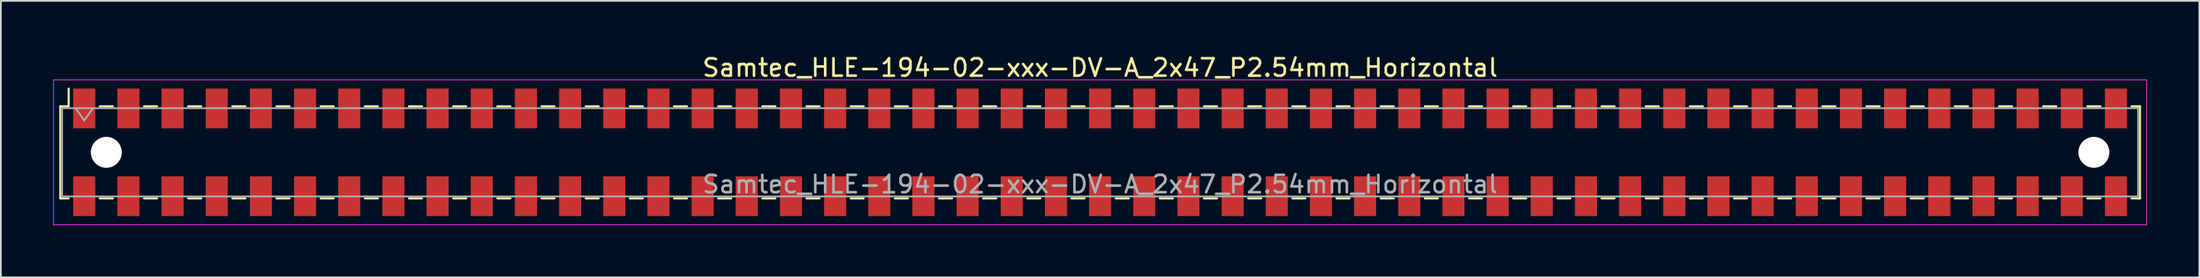
<source format=kicad_pcb>
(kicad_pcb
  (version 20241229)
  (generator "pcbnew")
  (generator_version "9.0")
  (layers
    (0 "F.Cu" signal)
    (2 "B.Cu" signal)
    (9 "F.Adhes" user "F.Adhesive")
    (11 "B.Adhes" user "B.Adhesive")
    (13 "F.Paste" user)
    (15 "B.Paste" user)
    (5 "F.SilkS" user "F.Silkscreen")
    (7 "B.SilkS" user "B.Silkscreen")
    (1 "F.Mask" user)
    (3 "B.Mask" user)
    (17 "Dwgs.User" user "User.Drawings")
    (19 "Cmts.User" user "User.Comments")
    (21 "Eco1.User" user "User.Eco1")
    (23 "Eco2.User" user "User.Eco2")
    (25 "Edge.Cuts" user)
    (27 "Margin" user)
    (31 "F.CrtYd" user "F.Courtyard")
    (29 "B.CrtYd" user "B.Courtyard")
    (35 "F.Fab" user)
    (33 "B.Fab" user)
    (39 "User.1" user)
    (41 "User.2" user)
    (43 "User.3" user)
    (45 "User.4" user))
  (footprint "Samtec_HLE-194-02-xxx-DV-A_2x47_P2.54mm_Horizontal"
    (layer "F.Cu")
    (at 60.215 5.718)
    (property "Reference" "Samtec_HLE-194-02-xxx-DV-A_2x47_P2.54mm_Horizontal" (at 0 -4.87 0) (layer "F.SilkS") (effects (font (size 1 1) (thickness 0.15))))
    (attr smd)
    (fp_line (start -59.8 -2.65) (end -59.8 2.65) (stroke (width 0.12) (type solid)) (layer "F.SilkS"))
    (fp_line (start -59.8 2.65) (end -59.315 2.65) (stroke (width 0.12) (type solid)) (layer "F.SilkS"))
    (fp_line (start -59.315 -3.67) (end -59.315 -2.65) (stroke (width 0.12) (type solid)) (layer "F.SilkS"))
    (fp_line (start -59.315 -2.65) (end -59.8 -2.65) (stroke (width 0.12) (type solid)) (layer "F.SilkS"))
    (fp_line (start -57.525 -2.65) (end -56.775 -2.65) (stroke (width 0.12) (type solid)) (layer "F.SilkS"))
    (fp_line (start -57.525 2.65) (end -56.775 2.65) (stroke (width 0.12) (type solid)) (layer "F.SilkS"))
    (fp_line (start -54.985 -2.65) (end -54.235 -2.65) (stroke (width 0.12) (type solid)) (layer "F.SilkS"))
    (fp_line (start -54.985 2.65) (end -54.235 2.65) (stroke (width 0.12) (type solid)) (layer "F.SilkS"))
    (fp_line (start -52.445 -2.65) (end -51.695 -2.65) (stroke (width 0.12) (type solid)) (layer "F.SilkS"))
    (fp_line (start -52.445 2.65) (end -51.695 2.65) (stroke (width 0.12) (type solid)) (layer "F.SilkS"))
    (fp_line (start -49.905 -2.65) (end -49.155 -2.65) (stroke (width 0.12) (type solid)) (layer "F.SilkS"))
    (fp_line (start -49.905 2.65) (end -49.155 2.65) (stroke (width 0.12) (type solid)) (layer "F.SilkS"))
    (fp_line (start -47.365 -2.65) (end -46.615 -2.65) (stroke (width 0.12) (type solid)) (layer "F.SilkS"))
    (fp_line (start -47.365 2.65) (end -46.615 2.65) (stroke (width 0.12) (type solid)) (layer "F.SilkS"))
    (fp_line (start -44.825 -2.65) (end -44.075 -2.65) (stroke (width 0.12) (type solid)) (layer "F.SilkS"))
    (fp_line (start -44.825 2.65) (end -44.075 2.65) (stroke (width 0.12) (type solid)) (layer "F.SilkS"))
    (fp_line (start -42.285 -2.65) (end -41.535 -2.65) (stroke (width 0.12) (type solid)) (layer "F.SilkS"))
    (fp_line (start -42.285 2.65) (end -41.535 2.65) (stroke (width 0.12) (type solid)) (layer "F.SilkS"))
    (fp_line (start -39.745 -2.65) (end -38.995 -2.65) (stroke (width 0.12) (type solid)) (layer "F.SilkS"))
    (fp_line (start -39.745 2.65) (end -38.995 2.65) (stroke (width 0.12) (type solid)) (layer "F.SilkS"))
    (fp_line (start -37.205 -2.65) (end -36.455 -2.65) (stroke (width 0.12) (type solid)) (layer "F.SilkS"))
    (fp_line (start -37.205 2.65) (end -36.455 2.65) (stroke (width 0.12) (type solid)) (layer "F.SilkS"))
    (fp_line (start -34.665 -2.65) (end -33.915 -2.65) (stroke (width 0.12) (type solid)) (layer "F.SilkS"))
    (fp_line (start -34.665 2.65) (end -33.915 2.65) (stroke (width 0.12) (type solid)) (layer "F.SilkS"))
    (fp_line (start -32.125 -2.65) (end -31.375 -2.65) (stroke (width 0.12) (type solid)) (layer "F.SilkS"))
    (fp_line (start -32.125 2.65) (end -31.375 2.65) (stroke (width 0.12) (type solid)) (layer "F.SilkS"))
    (fp_line (start -29.585 -2.65) (end -28.835 -2.65) (stroke (width 0.12) (type solid)) (layer "F.SilkS"))
    (fp_line (start -29.585 2.65) (end -28.835 2.65) (stroke (width 0.12) (type solid)) (layer "F.SilkS"))
    (fp_line (start -27.045 -2.65) (end -26.295 -2.65) (stroke (width 0.12) (type solid)) (layer "F.SilkS"))
    (fp_line (start -27.045 2.65) (end -26.295 2.65) (stroke (width 0.12) (type solid)) (layer "F.SilkS"))
    (fp_line (start -24.505 -2.65) (end -23.755 -2.65) (stroke (width 0.12) (type solid)) (layer "F.SilkS"))
    (fp_line (start -24.505 2.65) (end -23.755 2.65) (stroke (width 0.12) (type solid)) (layer "F.SilkS"))
    (fp_line (start -21.965 -2.65) (end -21.215 -2.65) (stroke (width 0.12) (type solid)) (layer "F.SilkS"))
    (fp_line (start -21.965 2.65) (end -21.215 2.65) (stroke (width 0.12) (type solid)) (layer "F.SilkS"))
    (fp_line (start -19.425 -2.65) (end -18.675 -2.65) (stroke (width 0.12) (type solid)) (layer "F.SilkS"))
    (fp_line (start -19.425 2.65) (end -18.675 2.65) (stroke (width 0.12) (type solid)) (layer "F.SilkS"))
    (fp_line (start -16.885 -2.65) (end -16.135 -2.65) (stroke (width 0.12) (type solid)) (layer "F.SilkS"))
    (fp_line (start -16.885 2.65) (end -16.135 2.65) (stroke (width 0.12) (type solid)) (layer "F.SilkS"))
    (fp_line (start -14.345 -2.65) (end -13.595 -2.65) (stroke (width 0.12) (type solid)) (layer "F.SilkS"))
    (fp_line (start -14.345 2.65) (end -13.595 2.65) (stroke (width 0.12) (type solid)) (layer "F.SilkS"))
    (fp_line (start -11.805 -2.65) (end -11.055 -2.65) (stroke (width 0.12) (type solid)) (layer "F.SilkS"))
    (fp_line (start -11.805 2.65) (end -11.055 2.65) (stroke (width 0.12) (type solid)) (layer "F.SilkS"))
    (fp_line (start -9.265 -2.65) (end -8.515 -2.65) (stroke (width 0.12) (type solid)) (layer "F.SilkS"))
    (fp_line (start -9.265 2.65) (end -8.515 2.65) (stroke (width 0.12) (type solid)) (layer "F.SilkS"))
    (fp_line (start -6.725 -2.65) (end -5.975 -2.65) (stroke (width 0.12) (type solid)) (layer "F.SilkS"))
    (fp_line (start -6.725 2.65) (end -5.975 2.65) (stroke (width 0.12) (type solid)) (layer "F.SilkS"))
    (fp_line (start -4.185 -2.65) (end -3.435 -2.65) (stroke (width 0.12) (type solid)) (layer "F.SilkS"))
    (fp_line (start -4.185 2.65) (end -3.435 2.65) (stroke (width 0.12) (type solid)) (layer "F.SilkS"))
    (fp_line (start -1.645 -2.65) (end -0.895 -2.65) (stroke (width 0.12) (type solid)) (layer "F.SilkS"))
    (fp_line (start -1.645 2.65) (end -0.895 2.65) (stroke (width 0.12) (type solid)) (layer "F.SilkS"))
    (fp_line (start 0.895 -2.65) (end 1.645 -2.65) (stroke (width 0.12) (type solid)) (layer "F.SilkS"))
    (fp_line (start 0.895 2.65) (end 1.645 2.65) (stroke (width 0.12) (type solid)) (layer "F.SilkS"))
    (fp_line (start 3.435 -2.65) (end 4.185 -2.65) (stroke (width 0.12) (type solid)) (layer "F.SilkS"))
    (fp_line (start 3.435 2.65) (end 4.185 2.65) (stroke (width 0.12) (type solid)) (layer "F.SilkS"))
    (fp_line (start 5.975 -2.65) (end 6.725 -2.65) (stroke (width 0.12) (type solid)) (layer "F.SilkS"))
    (fp_line (start 5.975 2.65) (end 6.725 2.65) (stroke (width 0.12) (type solid)) (layer "F.SilkS"))
    (fp_line (start 8.515 -2.65) (end 9.265 -2.65) (stroke (width 0.12) (type solid)) (layer "F.SilkS"))
    (fp_line (start 8.515 2.65) (end 9.265 2.65) (stroke (width 0.12) (type solid)) (layer "F.SilkS"))
    (fp_line (start 11.055 -2.65) (end 11.805 -2.65) (stroke (width 0.12) (type solid)) (layer "F.SilkS"))
    (fp_line (start 11.055 2.65) (end 11.805 2.65) (stroke (width 0.12) (type solid)) (layer "F.SilkS"))
    (fp_line (start 13.595 -2.65) (end 14.345 -2.65) (stroke (width 0.12) (type solid)) (layer "F.SilkS"))
    (fp_line (start 13.595 2.65) (end 14.345 2.65) (stroke (width 0.12) (type solid)) (layer "F.SilkS"))
    (fp_line (start 16.135 -2.65) (end 16.885 -2.65) (stroke (width 0.12) (type solid)) (layer "F.SilkS"))
    (fp_line (start 16.135 2.65) (end 16.885 2.65) (stroke (width 0.12) (type solid)) (layer "F.SilkS"))
    (fp_line (start 18.675 -2.65) (end 19.425 -2.65) (stroke (width 0.12) (type solid)) (layer "F.SilkS"))
    (fp_line (start 18.675 2.65) (end 19.425 2.65) (stroke (width 0.12) (type solid)) (layer "F.SilkS"))
    (fp_line (start 21.215 -2.65) (end 21.965 -2.65) (stroke (width 0.12) (type solid)) (layer "F.SilkS"))
    (fp_line (start 21.215 2.65) (end 21.965 2.65) (stroke (width 0.12) (type solid)) (layer "F.SilkS"))
    (fp_line (start 23.755 -2.65) (end 24.505 -2.65) (stroke (width 0.12) (type solid)) (layer "F.SilkS"))
    (fp_line (start 23.755 2.65) (end 24.505 2.65) (stroke (width 0.12) (type solid)) (layer "F.SilkS"))
    (fp_line (start 26.295 -2.65) (end 27.045 -2.65) (stroke (width 0.12) (type solid)) (layer "F.SilkS"))
    (fp_line (start 26.295 2.65) (end 27.045 2.65) (stroke (width 0.12) (type solid)) (layer "F.SilkS"))
    (fp_line (start 28.835 -2.65) (end 29.585 -2.65) (stroke (width 0.12) (type solid)) (layer "F.SilkS"))
    (fp_line (start 28.835 2.65) (end 29.585 2.65) (stroke (width 0.12) (type solid)) (layer "F.SilkS"))
    (fp_line (start 31.375 -2.65) (end 32.125 -2.65) (stroke (width 0.12) (type solid)) (layer "F.SilkS"))
    (fp_line (start 31.375 2.65) (end 32.125 2.65) (stroke (width 0.12) (type solid)) (layer "F.SilkS"))
    (fp_line (start 33.915 -2.65) (end 34.665 -2.65) (stroke (width 0.12) (type solid)) (layer "F.SilkS"))
    (fp_line (start 33.915 2.65) (end 34.665 2.65) (stroke (width 0.12) (type solid)) (layer "F.SilkS"))
    (fp_line (start 36.455 -2.65) (end 37.205 -2.65) (stroke (width 0.12) (type solid)) (layer "F.SilkS"))
    (fp_line (start 36.455 2.65) (end 37.205 2.65) (stroke (width 0.12) (type solid)) (layer "F.SilkS"))
    (fp_line (start 38.995 -2.65) (end 39.745 -2.65) (stroke (width 0.12) (type solid)) (layer "F.SilkS"))
    (fp_line (start 38.995 2.65) (end 39.745 2.65) (stroke (width 0.12) (type solid)) (layer "F.SilkS"))
    (fp_line (start 41.535 -2.65) (end 42.285 -2.65) (stroke (width 0.12) (type solid)) (layer "F.SilkS"))
    (fp_line (start 41.535 2.65) (end 42.285 2.65) (stroke (width 0.12) (type solid)) (layer "F.SilkS"))
    (fp_line (start 44.075 -2.65) (end 44.825 -2.65) (stroke (width 0.12) (type solid)) (layer "F.SilkS"))
    (fp_line (start 44.075 2.65) (end 44.825 2.65) (stroke (width 0.12) (type solid)) (layer "F.SilkS"))
    (fp_line (start 46.615 -2.65) (end 47.365 -2.65) (stroke (width 0.12) (type solid)) (layer "F.SilkS"))
    (fp_line (start 46.615 2.65) (end 47.365 2.65) (stroke (width 0.12) (type solid)) (layer "F.SilkS"))
    (fp_line (start 49.155 -2.65) (end 49.905 -2.65) (stroke (width 0.12) (type solid)) (layer "F.SilkS"))
    (fp_line (start 49.155 2.65) (end 49.905 2.65) (stroke (width 0.12) (type solid)) (layer "F.SilkS"))
    (fp_line (start 51.695 -2.65) (end 52.445 -2.65) (stroke (width 0.12) (type solid)) (layer "F.SilkS"))
    (fp_line (start 51.695 2.65) (end 52.445 2.65) (stroke (width 0.12) (type solid)) (layer "F.SilkS"))
    (fp_line (start 54.235 -2.65) (end 54.985 -2.65) (stroke (width 0.12) (type solid)) (layer "F.SilkS"))
    (fp_line (start 54.235 2.65) (end 54.985 2.65) (stroke (width 0.12) (type solid)) (layer "F.SilkS"))
    (fp_line (start 56.775 -2.65) (end 57.525 -2.65) (stroke (width 0.12) (type solid)) (layer "F.SilkS"))
    (fp_line (start 56.775 2.65) (end 57.525 2.65) (stroke (width 0.12) (type solid)) (layer "F.SilkS"))
    (fp_line (start 59.315 -2.65) (end 59.8 -2.65) (stroke (width 0.12) (type solid)) (layer "F.SilkS"))
    (fp_line (start 59.8 -2.65) (end 59.8 2.65) (stroke (width 0.12) (type solid)) (layer "F.SilkS"))
    (fp_line (start 59.8 2.65) (end 59.315 2.65) (stroke (width 0.12) (type solid)) (layer "F.SilkS"))
    (fp_line (start -60.19 -4.17) (end 60.19 -4.17) (stroke (width 0.05) (type solid)) (layer "F.CrtYd"))
    (fp_line (start -60.19 4.17) (end -60.19 -4.17) (stroke (width 0.05) (type solid)) (layer "F.CrtYd"))
    (fp_line (start 60.19 -4.17) (end 60.19 4.17) (stroke (width 0.05) (type solid)) (layer "F.CrtYd"))
    (fp_line (start 60.19 4.17) (end -60.19 4.17) (stroke (width 0.05) (type solid)) (layer "F.CrtYd"))
    (fp_line (start -59.69 -2.54) (end 59.69 -2.54) (stroke (width 0.1) (type solid)) (layer "F.Fab"))
    (fp_line (start -59.69 2.54) (end -59.69 -2.54) (stroke (width 0.1) (type solid)) (layer "F.Fab"))
    (fp_line (start -58.92 -2.54) (end -58.42 -1.833) (stroke (width 0.1) (type solid)) (layer "F.Fab"))
    (fp_line (start -58.42 -1.833) (end -57.92 -2.54) (stroke (width 0.1) (type solid)) (layer "F.Fab"))
    (fp_line (start 59.69 -2.54) (end 59.69 2.54) (stroke (width 0.1) (type solid)) (layer "F.Fab"))
    (fp_line (start 59.69 2.54) (end -59.69 2.54) (stroke (width 0.1) (type solid)) (layer "F.Fab"))
    (fp_text user "${REFERENCE}" (at 0 1.84 0) (layer "F.Fab") (effects (font (size 1 1) (thickness 0.15))))
    (pad "" np_thru_hole circle (at -57.15 0) (size 1.78 1.78) (drill 1.78) (layers "*.Cu" "*.Mask"))
    (pad "" np_thru_hole circle (at 57.15 0) (size 1.78 1.78) (drill 1.78) (layers "*.Cu" "*.Mask"))
    (pad "1" smd rect (at -58.42 -2.525) (size 1.27 2.29) (layers "F.Cu" "F.Mask" "F.Paste"))
    (pad "2" smd rect (at -58.42 2.525) (size 1.27 2.29) (layers "F.Cu" "F.Mask" "F.Paste"))
    (pad "3" smd rect (at -55.88 -2.525) (size 1.27 2.29) (layers "F.Cu" "F.Mask" "F.Paste"))
    (pad "4" smd rect (at -55.88 2.525) (size 1.27 2.29) (layers "F.Cu" "F.Mask" "F.Paste"))
    (pad "5" smd rect (at -53.34 -2.525) (size 1.27 2.29) (layers "F.Cu" "F.Mask" "F.Paste"))
    (pad "6" smd rect (at -53.34 2.525) (size 1.27 2.29) (layers "F.Cu" "F.Mask" "F.Paste"))
    (pad "7" smd rect (at -50.8 -2.525) (size 1.27 2.29) (layers "F.Cu" "F.Mask" "F.Paste"))
    (pad "8" smd rect (at -50.8 2.525) (size 1.27 2.29) (layers "F.Cu" "F.Mask" "F.Paste"))
    (pad "9" smd rect (at -48.26 -2.525) (size 1.27 2.29) (layers "F.Cu" "F.Mask" "F.Paste"))
    (pad "10" smd rect (at -48.26 2.525) (size 1.27 2.29) (layers "F.Cu" "F.Mask" "F.Paste"))
    (pad "11" smd rect (at -45.72 -2.525) (size 1.27 2.29) (layers "F.Cu" "F.Mask" "F.Paste"))
    (pad "12" smd rect (at -45.72 2.525) (size 1.27 2.29) (layers "F.Cu" "F.Mask" "F.Paste"))
    (pad "13" smd rect (at -43.18 -2.525) (size 1.27 2.29) (layers "F.Cu" "F.Mask" "F.Paste"))
    (pad "14" smd rect (at -43.18 2.525) (size 1.27 2.29) (layers "F.Cu" "F.Mask" "F.Paste"))
    (pad "15" smd rect (at -40.64 -2.525) (size 1.27 2.29) (layers "F.Cu" "F.Mask" "F.Paste"))
    (pad "16" smd rect (at -40.64 2.525) (size 1.27 2.29) (layers "F.Cu" "F.Mask" "F.Paste"))
    (pad "17" smd rect (at -38.1 -2.525) (size 1.27 2.29) (layers "F.Cu" "F.Mask" "F.Paste"))
    (pad "18" smd rect (at -38.1 2.525) (size 1.27 2.29) (layers "F.Cu" "F.Mask" "F.Paste"))
    (pad "19" smd rect (at -35.56 -2.525) (size 1.27 2.29) (layers "F.Cu" "F.Mask" "F.Paste"))
    (pad "20" smd rect (at -35.56 2.525) (size 1.27 2.29) (layers "F.Cu" "F.Mask" "F.Paste"))
    (pad "21" smd rect (at -33.02 -2.525) (size 1.27 2.29) (layers "F.Cu" "F.Mask" "F.Paste"))
    (pad "22" smd rect (at -33.02 2.525) (size 1.27 2.29) (layers "F.Cu" "F.Mask" "F.Paste"))
    (pad "23" smd rect (at -30.48 -2.525) (size 1.27 2.29) (layers "F.Cu" "F.Mask" "F.Paste"))
    (pad "24" smd rect (at -30.48 2.525) (size 1.27 2.29) (layers "F.Cu" "F.Mask" "F.Paste"))
    (pad "25" smd rect (at -27.94 -2.525) (size 1.27 2.29) (layers "F.Cu" "F.Mask" "F.Paste"))
    (pad "26" smd rect (at -27.94 2.525) (size 1.27 2.29) (layers "F.Cu" "F.Mask" "F.Paste"))
    (pad "27" smd rect (at -25.4 -2.525) (size 1.27 2.29) (layers "F.Cu" "F.Mask" "F.Paste"))
    (pad "28" smd rect (at -25.4 2.525) (size 1.27 2.29) (layers "F.Cu" "F.Mask" "F.Paste"))
    (pad "29" smd rect (at -22.86 -2.525) (size 1.27 2.29) (layers "F.Cu" "F.Mask" "F.Paste"))
    (pad "30" smd rect (at -22.86 2.525) (size 1.27 2.29) (layers "F.Cu" "F.Mask" "F.Paste"))
    (pad "31" smd rect (at -20.32 -2.525) (size 1.27 2.29) (layers "F.Cu" "F.Mask" "F.Paste"))
    (pad "32" smd rect (at -20.32 2.525) (size 1.27 2.29) (layers "F.Cu" "F.Mask" "F.Paste"))
    (pad "33" smd rect (at -17.78 -2.525) (size 1.27 2.29) (layers "F.Cu" "F.Mask" "F.Paste"))
    (pad "34" smd rect (at -17.78 2.525) (size 1.27 2.29) (layers "F.Cu" "F.Mask" "F.Paste"))
    (pad "35" smd rect (at -15.24 -2.525) (size 1.27 2.29) (layers "F.Cu" "F.Mask" "F.Paste"))
    (pad "36" smd rect (at -15.24 2.525) (size 1.27 2.29) (layers "F.Cu" "F.Mask" "F.Paste"))
    (pad "37" smd rect (at -12.7 -2.525) (size 1.27 2.29) (layers "F.Cu" "F.Mask" "F.Paste"))
    (pad "38" smd rect (at -12.7 2.525) (size 1.27 2.29) (layers "F.Cu" "F.Mask" "F.Paste"))
    (pad "39" smd rect (at -10.16 -2.525) (size 1.27 2.29) (layers "F.Cu" "F.Mask" "F.Paste"))
    (pad "40" smd rect (at -10.16 2.525) (size 1.27 2.29) (layers "F.Cu" "F.Mask" "F.Paste"))
    (pad "41" smd rect (at -7.62 -2.525) (size 1.27 2.29) (layers "F.Cu" "F.Mask" "F.Paste"))
    (pad "42" smd rect (at -7.62 2.525) (size 1.27 2.29) (layers "F.Cu" "F.Mask" "F.Paste"))
    (pad "43" smd rect (at -5.08 -2.525) (size 1.27 2.29) (layers "F.Cu" "F.Mask" "F.Paste"))
    (pad "44" smd rect (at -5.08 2.525) (size 1.27 2.29) (layers "F.Cu" "F.Mask" "F.Paste"))
    (pad "45" smd rect (at -2.54 -2.525) (size 1.27 2.29) (layers "F.Cu" "F.Mask" "F.Paste"))
    (pad "46" smd rect (at -2.54 2.525) (size 1.27 2.29) (layers "F.Cu" "F.Mask" "F.Paste"))
    (pad "47" smd rect (at 0 -2.525) (size 1.27 2.29) (layers "F.Cu" "F.Mask" "F.Paste"))
    (pad "48" smd rect (at 0 2.525) (size 1.27 2.29) (layers "F.Cu" "F.Mask" "F.Paste"))
    (pad "49" smd rect (at 2.54 -2.525) (size 1.27 2.29) (layers "F.Cu" "F.Mask" "F.Paste"))
    (pad "50" smd rect (at 2.54 2.525) (size 1.27 2.29) (layers "F.Cu" "F.Mask" "F.Paste"))
    (pad "51" smd rect (at 5.08 -2.525) (size 1.27 2.29) (layers "F.Cu" "F.Mask" "F.Paste"))
    (pad "52" smd rect (at 5.08 2.525) (size 1.27 2.29) (layers "F.Cu" "F.Mask" "F.Paste"))
    (pad "53" smd rect (at 7.62 -2.525) (size 1.27 2.29) (layers "F.Cu" "F.Mask" "F.Paste"))
    (pad "54" smd rect (at 7.62 2.525) (size 1.27 2.29) (layers "F.Cu" "F.Mask" "F.Paste"))
    (pad "55" smd rect (at 10.16 -2.525) (size 1.27 2.29) (layers "F.Cu" "F.Mask" "F.Paste"))
    (pad "56" smd rect (at 10.16 2.525) (size 1.27 2.29) (layers "F.Cu" "F.Mask" "F.Paste"))
    (pad "57" smd rect (at 12.7 -2.525) (size 1.27 2.29) (layers "F.Cu" "F.Mask" "F.Paste"))
    (pad "58" smd rect (at 12.7 2.525) (size 1.27 2.29) (layers "F.Cu" "F.Mask" "F.Paste"))
    (pad "59" smd rect (at 15.24 -2.525) (size 1.27 2.29) (layers "F.Cu" "F.Mask" "F.Paste"))
    (pad "60" smd rect (at 15.24 2.525) (size 1.27 2.29) (layers "F.Cu" "F.Mask" "F.Paste"))
    (pad "61" smd rect (at 17.78 -2.525) (size 1.27 2.29) (layers "F.Cu" "F.Mask" "F.Paste"))
    (pad "62" smd rect (at 17.78 2.525) (size 1.27 2.29) (layers "F.Cu" "F.Mask" "F.Paste"))
    (pad "63" smd rect (at 20.32 -2.525) (size 1.27 2.29) (layers "F.Cu" "F.Mask" "F.Paste"))
    (pad "64" smd rect (at 20.32 2.525) (size 1.27 2.29) (layers "F.Cu" "F.Mask" "F.Paste"))
    (pad "65" smd rect (at 22.86 -2.525) (size 1.27 2.29) (layers "F.Cu" "F.Mask" "F.Paste"))
    (pad "66" smd rect (at 22.86 2.525) (size 1.27 2.29) (layers "F.Cu" "F.Mask" "F.Paste"))
    (pad "67" smd rect (at 25.4 -2.525) (size 1.27 2.29) (layers "F.Cu" "F.Mask" "F.Paste"))
    (pad "68" smd rect (at 25.4 2.525) (size 1.27 2.29) (layers "F.Cu" "F.Mask" "F.Paste"))
    (pad "69" smd rect (at 27.94 -2.525) (size 1.27 2.29) (layers "F.Cu" "F.Mask" "F.Paste"))
    (pad "70" smd rect (at 27.94 2.525) (size 1.27 2.29) (layers "F.Cu" "F.Mask" "F.Paste"))
    (pad "71" smd rect (at 30.48 -2.525) (size 1.27 2.29) (layers "F.Cu" "F.Mask" "F.Paste"))
    (pad "72" smd rect (at 30.48 2.525) (size 1.27 2.29) (layers "F.Cu" "F.Mask" "F.Paste"))
    (pad "73" smd rect (at 33.02 -2.525) (size 1.27 2.29) (layers "F.Cu" "F.Mask" "F.Paste"))
    (pad "74" smd rect (at 33.02 2.525) (size 1.27 2.29) (layers "F.Cu" "F.Mask" "F.Paste"))
    (pad "75" smd rect (at 35.56 -2.525) (size 1.27 2.29) (layers "F.Cu" "F.Mask" "F.Paste"))
    (pad "76" smd rect (at 35.56 2.525) (size 1.27 2.29) (layers "F.Cu" "F.Mask" "F.Paste"))
    (pad "77" smd rect (at 38.1 -2.525) (size 1.27 2.29) (layers "F.Cu" "F.Mask" "F.Paste"))
    (pad "78" smd rect (at 38.1 2.525) (size 1.27 2.29) (layers "F.Cu" "F.Mask" "F.Paste"))
    (pad "79" smd rect (at 40.64 -2.525) (size 1.27 2.29) (layers "F.Cu" "F.Mask" "F.Paste"))
    (pad "80" smd rect (at 40.64 2.525) (size 1.27 2.29) (layers "F.Cu" "F.Mask" "F.Paste"))
    (pad "81" smd rect (at 43.18 -2.525) (size 1.27 2.29) (layers "F.Cu" "F.Mask" "F.Paste"))
    (pad "82" smd rect (at 43.18 2.525) (size 1.27 2.29) (layers "F.Cu" "F.Mask" "F.Paste"))
    (pad "83" smd rect (at 45.72 -2.525) (size 1.27 2.29) (layers "F.Cu" "F.Mask" "F.Paste"))
    (pad "84" smd rect (at 45.72 2.525) (size 1.27 2.29) (layers "F.Cu" "F.Mask" "F.Paste"))
    (pad "85" smd rect (at 48.26 -2.525) (size 1.27 2.29) (layers "F.Cu" "F.Mask" "F.Paste"))
    (pad "86" smd rect (at 48.26 2.525) (size 1.27 2.29) (layers "F.Cu" "F.Mask" "F.Paste"))
    (pad "87" smd rect (at 50.8 -2.525) (size 1.27 2.29) (layers "F.Cu" "F.Mask" "F.Paste"))
    (pad "88" smd rect (at 50.8 2.525) (size 1.27 2.29) (layers "F.Cu" "F.Mask" "F.Paste"))
    (pad "89" smd rect (at 53.34 -2.525) (size 1.27 2.29) (layers "F.Cu" "F.Mask" "F.Paste"))
    (pad "90" smd rect (at 53.34 2.525) (size 1.27 2.29) (layers "F.Cu" "F.Mask" "F.Paste"))
    (pad "91" smd rect (at 55.88 -2.525) (size 1.27 2.29) (layers "F.Cu" "F.Mask" "F.Paste"))
    (pad "92" smd rect (at 55.88 2.525) (size 1.27 2.29) (layers "F.Cu" "F.Mask" "F.Paste"))
    (pad "93" smd rect (at 58.42 -2.525) (size 1.27 2.29) (layers "F.Cu" "F.Mask" "F.Paste"))
    (pad "94" smd rect (at 58.42 2.525) (size 1.27 2.29) (layers "F.Cu" "F.Mask" "F.Paste")))
  (gr_rect
    (start -3 -3)
    (end 123.43 12.913)
    (stroke (width 0.1) (type default))
    (fill no)
    (layer "Edge.Cuts")))
</source>
